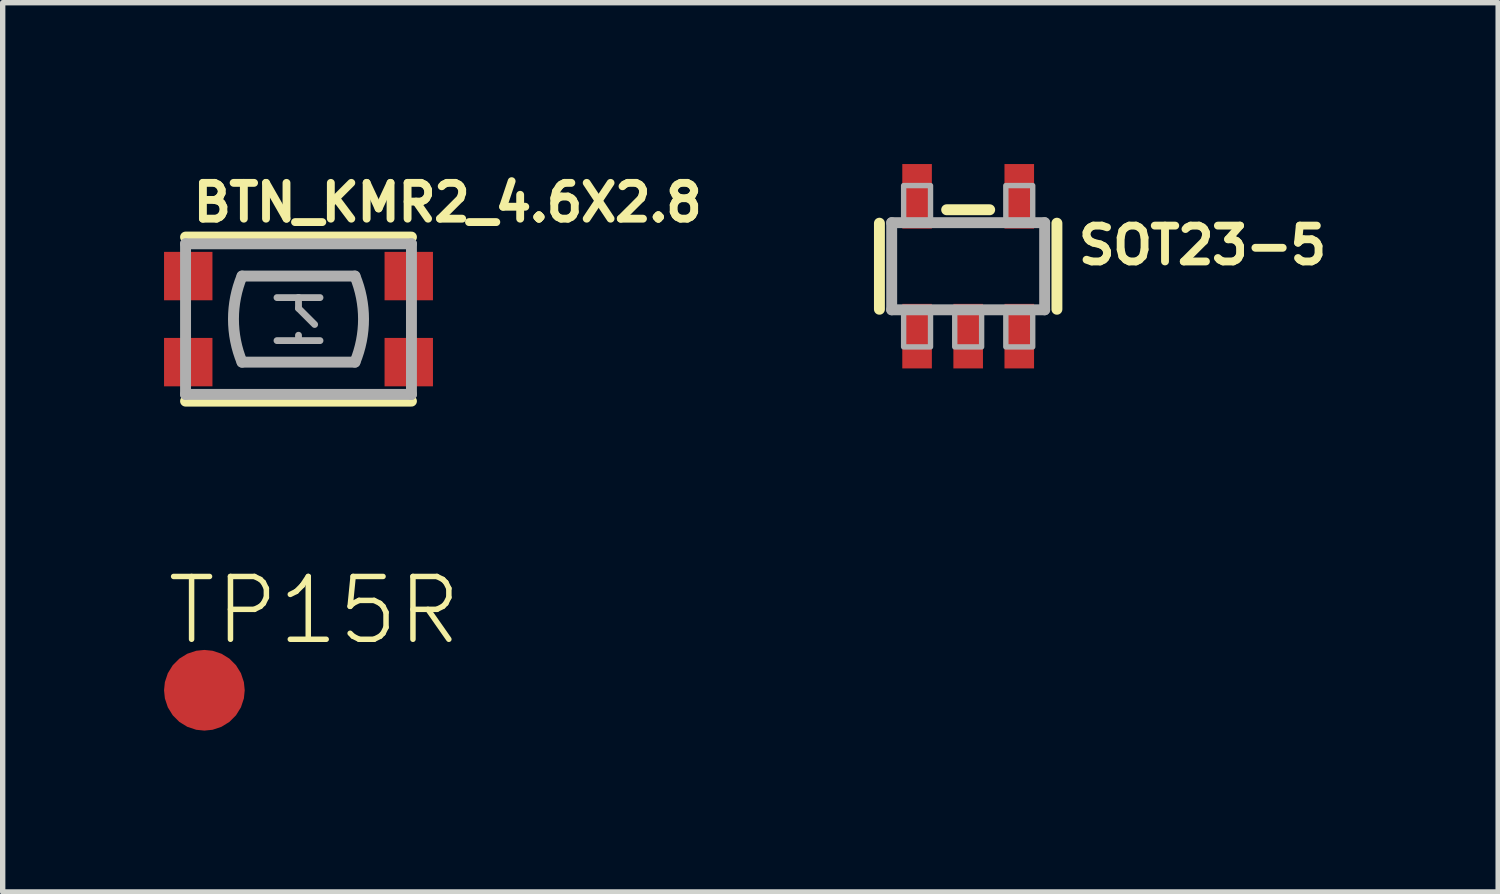
<source format=kicad_pcb>
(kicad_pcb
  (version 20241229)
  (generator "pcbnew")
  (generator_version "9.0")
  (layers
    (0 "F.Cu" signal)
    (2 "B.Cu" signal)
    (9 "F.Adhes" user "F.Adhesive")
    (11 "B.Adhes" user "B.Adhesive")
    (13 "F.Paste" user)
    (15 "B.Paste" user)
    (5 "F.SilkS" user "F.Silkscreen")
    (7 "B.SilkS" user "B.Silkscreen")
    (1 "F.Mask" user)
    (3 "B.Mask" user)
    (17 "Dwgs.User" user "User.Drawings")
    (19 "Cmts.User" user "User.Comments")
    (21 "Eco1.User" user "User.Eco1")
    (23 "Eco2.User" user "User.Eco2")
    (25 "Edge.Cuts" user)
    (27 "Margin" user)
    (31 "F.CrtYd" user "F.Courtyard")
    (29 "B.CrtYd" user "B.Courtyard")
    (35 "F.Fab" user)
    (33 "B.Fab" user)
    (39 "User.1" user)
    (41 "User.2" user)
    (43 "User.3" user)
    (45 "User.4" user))
  (footprint "BTN_KMR2_4.6X2.8"
    (layer "F.Cu")
    (at 2.5 2.883)
    (property "Reference" "BTN_KMR2_4.6X2.8" (at -2.032 -1.778 0) (layer "F.SilkS") (effects (font (size 0.666 0.666) (thickness 0.146)) (justify left bottom)))
    (fp_line (start -2.1 -1.525) (end 2.1 -1.525) (stroke (width 0.203) (type solid)) (layer "F.SilkS"))
    (fp_line (start 2.1 1.525) (end -2.1 1.525) (stroke (width 0.203) (type solid)) (layer "F.SilkS"))
    (fp_line (start -2.1 -1.4) (end 2.1 -1.4) (stroke (width 0.203) (type solid)) (layer "F.Fab"))
    (fp_line (start -2.1 1.4) (end -2.1 -1.4) (stroke (width 0.203) (type solid)) (layer "F.Fab"))
    (fp_line (start -1.05 -0.8) (end 1.05 -0.8) (stroke (width 0.203) (type solid)) (layer "F.Fab"))
    (fp_line (start -0.4 -0.4) (end 0 -0.4) (stroke (width 0.127) (type solid)) (layer "F.Fab"))
    (fp_line (start -0.4 0.4) (end 0 0.4) (stroke (width 0.127) (type solid)) (layer "F.Fab"))
    (fp_line (start 0 -0.4) (end 0 -0.2) (stroke (width 0.127) (type solid)) (layer "F.Fab"))
    (fp_line (start 0 -0.4) (end 0.4 -0.4) (stroke (width 0.127) (type solid)) (layer "F.Fab"))
    (fp_line (start 0 -0.2) (end 0.3 0.1) (stroke (width 0.127) (type solid)) (layer "F.Fab"))
    (fp_line (start 0 0.4) (end 0 0.3) (stroke (width 0.127) (type solid)) (layer "F.Fab"))
    (fp_line (start 0 0.4) (end 0.4 0.4) (stroke (width 0.127) (type solid)) (layer "F.Fab"))
    (fp_line (start 1.05 0.8) (end -1.05 0.8) (stroke (width 0.203) (type solid)) (layer "F.Fab"))
    (fp_line (start 2.1 -1.4) (end 2.1 1.4) (stroke (width 0.203) (type solid)) (layer "F.Fab"))
    (fp_line (start 2.1 1.4) (end -2.1 1.4) (stroke (width 0.203) (type solid)) (layer "F.Fab"))
    (fp_arc (start -1.05 0.8) (mid -1.209128 0) (end -1.05 -0.799999) (stroke (width 0.2032) (type solid)) (layer "F.Fab"))
    (fp_arc (start 1.05 -0.8) (mid 1.209128 0) (end 1.05 0.799999) (stroke (width 0.2032) (type solid)) (layer "F.Fab"))
    (pad "A" smd rect (at 2.05 -0.8) (size 0.9 0.9) (layers "F.Cu" "F.Mask" "F.Paste"))
    (pad "A'" smd rect (at -2.05 -0.8) (size 0.9 0.9) (layers "F.Cu" "F.Mask" "F.Paste"))
    (pad "B" smd rect (at 2.05 0.8) (size 0.9 0.9) (layers "F.Cu" "F.Mask" "F.Paste"))
    (pad "B'" smd rect (at -2.05 0.8) (size 0.9 0.9) (layers "F.Cu" "F.Mask" "F.Paste")))
  (footprint "SOT23-5"
    (layer "F.Cu")
    (at 14.951 1.9)
    (property "Reference" "SOT23-5" (at 1.978 0 0) (layer "F.SilkS") (effects (font (size 0.666 0.666) (thickness 0.146)) (justify left bottom)))
    (fp_line (start -1.65 -0.8) (end -1.65 0.8) (stroke (width 0.203) (type solid)) (layer "F.SilkS"))
    (fp_line (start -0.4 -1.05) (end 0.4 -1.05) (stroke (width 0.203) (type solid)) (layer "F.SilkS"))
    (fp_line (start 1.65 -0.8) (end 1.65 0.8) (stroke (width 0.203) (type solid)) (layer "F.SilkS"))
    (fp_line (start -1.422 -0.81) (end 1.422 -0.81) (stroke (width 0.203) (type solid)) (layer "F.Fab"))
    (fp_line (start -1.422 0.81) (end -1.422 -0.81) (stroke (width 0.203) (type solid)) (layer "F.Fab"))
    (fp_line (start 1.422 -0.81) (end 1.422 0.81) (stroke (width 0.203) (type solid)) (layer "F.Fab"))
    (fp_line (start 1.422 0.81) (end -1.422 0.81) (stroke (width 0.203) (type solid)) (layer "F.Fab"))
    (fp_poly (pts (xy -1.2 -0.85) (xy -0.7 -0.85) (xy -0.7 -1.5) (xy -1.2 -1.5)) (stroke (width 0.1) (type solid)) (fill no) (layer "F.Fab"))
    (fp_poly (pts (xy -1.2 1.5) (xy -0.7 1.5) (xy -0.7 0.85) (xy -1.2 0.85)) (stroke (width 0.1) (type solid)) (fill no) (layer "F.Fab"))
    (fp_poly (pts (xy -0.25 1.5) (xy 0.25 1.5) (xy 0.25 0.85) (xy -0.25 0.85)) (stroke (width 0.1) (type solid)) (fill no) (layer "F.Fab"))
    (fp_poly (pts (xy 0.7 -0.85) (xy 1.2 -0.85) (xy 1.2 -1.5) (xy 0.7 -1.5)) (stroke (width 0.1) (type solid)) (fill no) (layer "F.Fab"))
    (fp_poly (pts (xy 0.7 1.5) (xy 1.2 1.5) (xy 1.2 0.85) (xy 0.7 0.85)) (stroke (width 0.1) (type solid)) (fill no) (layer "F.Fab"))
    (pad "1" smd rect (at -0.95 1.3) (size 0.55 1.2) (layers "F.Cu" "F.Mask" "F.Paste"))
    (pad "2" smd rect (at 0 1.3) (size 0.55 1.2) (layers "F.Cu" "F.Mask" "F.Paste"))
    (pad "3" smd rect (at 0.95 1.3) (size 0.55 1.2) (layers "F.Cu" "F.Mask" "F.Paste"))
    (pad "4" smd rect (at 0.95 -1.3) (size 0.55 1.2) (layers "F.Cu" "F.Mask" "F.Paste"))
    (pad "5" smd rect (at -0.95 -1.3) (size 0.55 1.2) (layers "F.Cu" "F.Mask" "F.Paste")))
  (footprint "TP15R"
    (layer "F.Cu")
    (at 0.75 9.784)
    (property "Reference" "TP15R" (at -0.75 -0.8 0) (layer "F.SilkS") (effects (font (size 1.168 1.168) (thickness 0.102)) (justify left bottom)))
    (pad "TP" smd roundrect (at 0 0) (size 1.5 1.5) (layers "F.Cu" "F.Mask") (roundrect_rratio 0.5)))
  (gr_rect
    (start -3 -3)
    (end 24.805 13.534)
    (stroke (width 0.1) (type default))
    (fill no)
    (layer "Edge.Cuts")))
</source>
